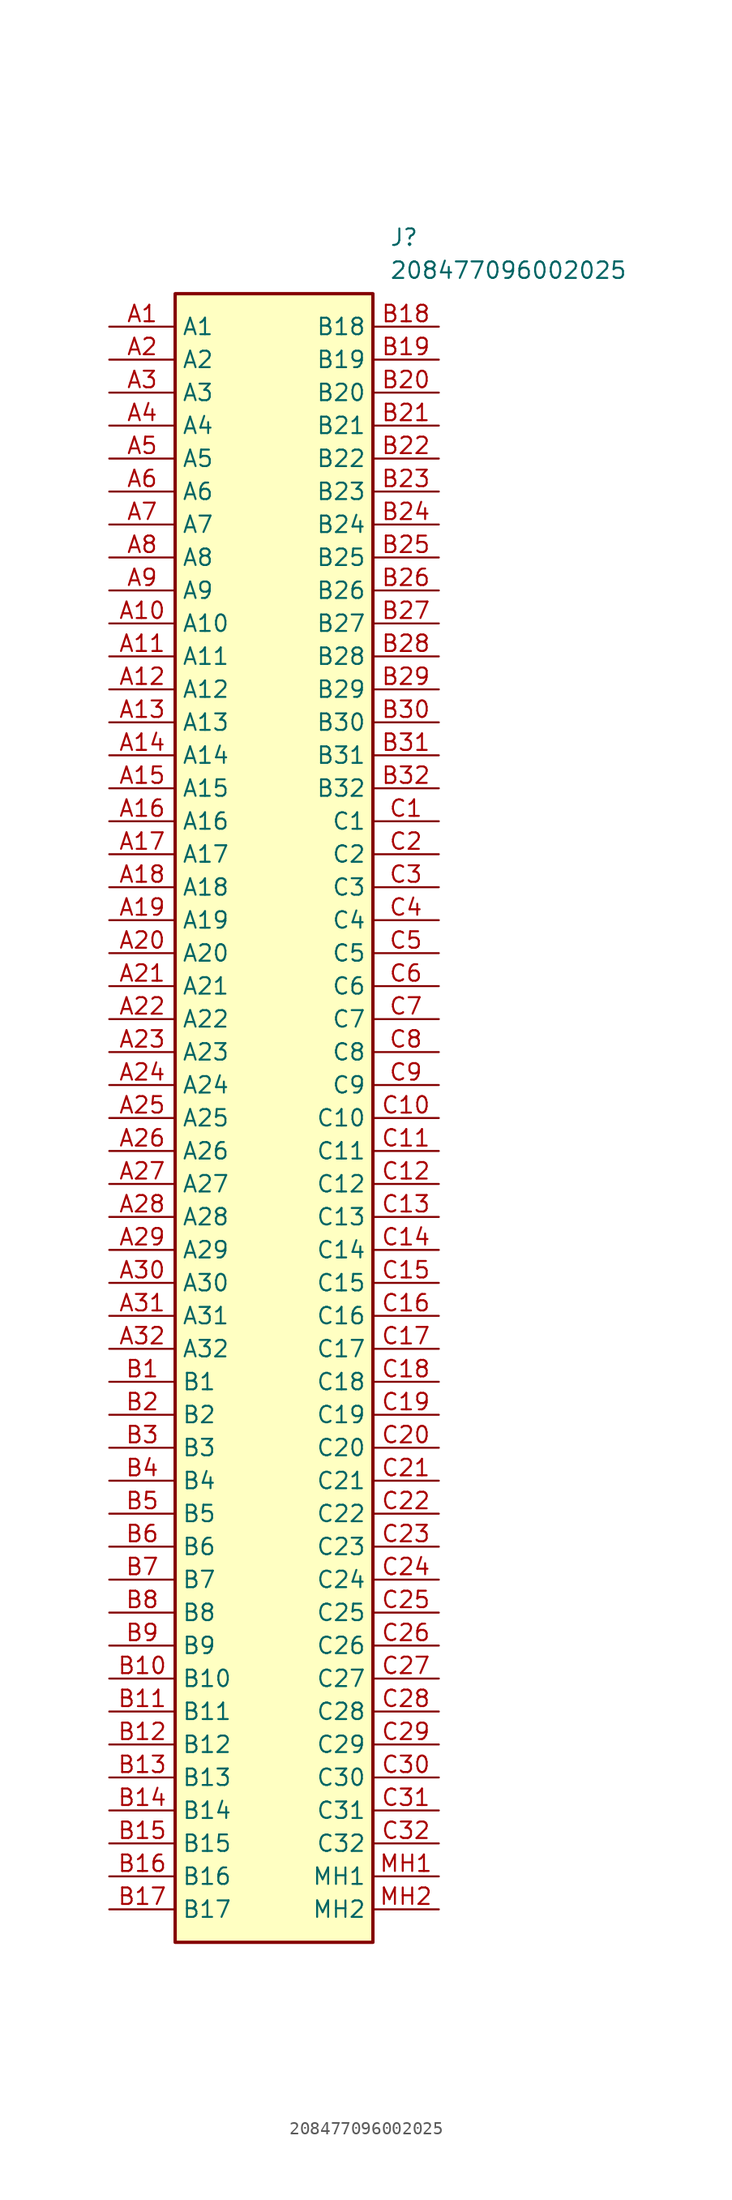
<source format=kicad_sym>
(kicad_symbol_lib
  (version 20211014)
  (generator SamacSys_ECAD_Model)
  (symbol "208477096002025"
    (property "Reference" "J"
      (at 21.59 7.62 0)
      (effects (font (size 1.27 1.27)) (justify left top)))
    (property "Value" "208477096002025"
      (at 21.59 5.08 0)
      (effects (font (size 1.27 1.27)) (justify left top)))
    (rectangle
      (start 5.08 2.54)
      (end 20.32 -124.46)
      (stroke (width 0.254) (type default))
      (fill (type background)))
    (pin passive line
      (at 0 0 0)
      (length 5.08)
      (name "A1" (effects (font (size 1.27 1.27))))
      (number "A1" (effects (font (size 1.27 1.27)))))
    (pin passive line
      (at 0 -2.54 0)
      (length 5.08)
      (name "A2" (effects (font (size 1.27 1.27))))
      (number "A2" (effects (font (size 1.27 1.27)))))
    (pin passive line
      (at 0 -5.08 0)
      (length 5.08)
      (name "A3" (effects (font (size 1.27 1.27))))
      (number "A3" (effects (font (size 1.27 1.27)))))
    (pin passive line
      (at 0 -7.62 0)
      (length 5.08)
      (name "A4" (effects (font (size 1.27 1.27))))
      (number "A4" (effects (font (size 1.27 1.27)))))
    (pin passive line
      (at 0 -10.16 0)
      (length 5.08)
      (name "A5" (effects (font (size 1.27 1.27))))
      (number "A5" (effects (font (size 1.27 1.27)))))
    (pin passive line
      (at 0 -12.7 0)
      (length 5.08)
      (name "A6" (effects (font (size 1.27 1.27))))
      (number "A6" (effects (font (size 1.27 1.27)))))
    (pin passive line
      (at 0 -15.24 0)
      (length 5.08)
      (name "A7" (effects (font (size 1.27 1.27))))
      (number "A7" (effects (font (size 1.27 1.27)))))
    (pin passive line
      (at 0 -17.78 0)
      (length 5.08)
      (name "A8" (effects (font (size 1.27 1.27))))
      (number "A8" (effects (font (size 1.27 1.27)))))
    (pin passive line
      (at 0 -20.32 0)
      (length 5.08)
      (name "A9" (effects (font (size 1.27 1.27))))
      (number "A9" (effects (font (size 1.27 1.27)))))
    (pin passive line
      (at 0 -22.86 0)
      (length 5.08)
      (name "A10" (effects (font (size 1.27 1.27))))
      (number "A10" (effects (font (size 1.27 1.27)))))
    (pin passive line
      (at 0 -25.4 0)
      (length 5.08)
      (name "A11" (effects (font (size 1.27 1.27))))
      (number "A11" (effects (font (size 1.27 1.27)))))
    (pin passive line
      (at 0 -27.94 0)
      (length 5.08)
      (name "A12" (effects (font (size 1.27 1.27))))
      (number "A12" (effects (font (size 1.27 1.27)))))
    (pin passive line
      (at 0 -30.48 0)
      (length 5.08)
      (name "A13" (effects (font (size 1.27 1.27))))
      (number "A13" (effects (font (size 1.27 1.27)))))
    (pin passive line
      (at 0 -33.02 0)
      (length 5.08)
      (name "A14" (effects (font (size 1.27 1.27))))
      (number "A14" (effects (font (size 1.27 1.27)))))
    (pin passive line
      (at 0 -35.56 0)
      (length 5.08)
      (name "A15" (effects (font (size 1.27 1.27))))
      (number "A15" (effects (font (size 1.27 1.27)))))
    (pin passive line
      (at 0 -38.1 0)
      (length 5.08)
      (name "A16" (effects (font (size 1.27 1.27))))
      (number "A16" (effects (font (size 1.27 1.27)))))
    (pin passive line
      (at 0 -40.64 0)
      (length 5.08)
      (name "A17" (effects (font (size 1.27 1.27))))
      (number "A17" (effects (font (size 1.27 1.27)))))
    (pin passive line
      (at 0 -43.18 0)
      (length 5.08)
      (name "A18" (effects (font (size 1.27 1.27))))
      (number "A18" (effects (font (size 1.27 1.27)))))
    (pin passive line
      (at 0 -45.72 0)
      (length 5.08)
      (name "A19" (effects (font (size 1.27 1.27))))
      (number "A19" (effects (font (size 1.27 1.27)))))
    (pin passive line
      (at 0 -48.26 0)
      (length 5.08)
      (name "A20" (effects (font (size 1.27 1.27))))
      (number "A20" (effects (font (size 1.27 1.27)))))
    (pin passive line
      (at 0 -50.8 0)
      (length 5.08)
      (name "A21" (effects (font (size 1.27 1.27))))
      (number "A21" (effects (font (size 1.27 1.27)))))
    (pin passive line
      (at 0 -53.34 0)
      (length 5.08)
      (name "A22" (effects (font (size 1.27 1.27))))
      (number "A22" (effects (font (size 1.27 1.27)))))
    (pin passive line
      (at 0 -55.88 0)
      (length 5.08)
      (name "A23" (effects (font (size 1.27 1.27))))
      (number "A23" (effects (font (size 1.27 1.27)))))
    (pin passive line
      (at 0 -58.42 0)
      (length 5.08)
      (name "A24" (effects (font (size 1.27 1.27))))
      (number "A24" (effects (font (size 1.27 1.27)))))
    (pin passive line
      (at 0 -60.96 0)
      (length 5.08)
      (name "A25" (effects (font (size 1.27 1.27))))
      (number "A25" (effects (font (size 1.27 1.27)))))
    (pin passive line
      (at 0 -63.5 0)
      (length 5.08)
      (name "A26" (effects (font (size 1.27 1.27))))
      (number "A26" (effects (font (size 1.27 1.27)))))
    (pin passive line
      (at 0 -66.04 0)
      (length 5.08)
      (name "A27" (effects (font (size 1.27 1.27))))
      (number "A27" (effects (font (size 1.27 1.27)))))
    (pin passive line
      (at 0 -68.58 0)
      (length 5.08)
      (name "A28" (effects (font (size 1.27 1.27))))
      (number "A28" (effects (font (size 1.27 1.27)))))
    (pin passive line
      (at 0 -71.12 0)
      (length 5.08)
      (name "A29" (effects (font (size 1.27 1.27))))
      (number "A29" (effects (font (size 1.27 1.27)))))
    (pin passive line
      (at 0 -73.66 0)
      (length 5.08)
      (name "A30" (effects (font (size 1.27 1.27))))
      (number "A30" (effects (font (size 1.27 1.27)))))
    (pin passive line
      (at 0 -76.2 0)
      (length 5.08)
      (name "A31" (effects (font (size 1.27 1.27))))
      (number "A31" (effects (font (size 1.27 1.27)))))
    (pin passive line
      (at 0 -78.74 0)
      (length 5.08)
      (name "A32" (effects (font (size 1.27 1.27))))
      (number "A32" (effects (font (size 1.27 1.27)))))
    (pin passive line
      (at 0 -81.28 0)
      (length 5.08)
      (name "B1" (effects (font (size 1.27 1.27))))
      (number "B1" (effects (font (size 1.27 1.27)))))
    (pin passive line
      (at 0 -83.82 0)
      (length 5.08)
      (name "B2" (effects (font (size 1.27 1.27))))
      (number "B2" (effects (font (size 1.27 1.27)))))
    (pin passive line
      (at 0 -86.36 0)
      (length 5.08)
      (name "B3" (effects (font (size 1.27 1.27))))
      (number "B3" (effects (font (size 1.27 1.27)))))
    (pin passive line
      (at 0 -88.9 0)
      (length 5.08)
      (name "B4" (effects (font (size 1.27 1.27))))
      (number "B4" (effects (font (size 1.27 1.27)))))
    (pin passive line
      (at 0 -91.44 0)
      (length 5.08)
      (name "B5" (effects (font (size 1.27 1.27))))
      (number "B5" (effects (font (size 1.27 1.27)))))
    (pin passive line
      (at 0 -93.98 0)
      (length 5.08)
      (name "B6" (effects (font (size 1.27 1.27))))
      (number "B6" (effects (font (size 1.27 1.27)))))
    (pin passive line
      (at 0 -96.52 0)
      (length 5.08)
      (name "B7" (effects (font (size 1.27 1.27))))
      (number "B7" (effects (font (size 1.27 1.27)))))
    (pin passive line
      (at 0 -99.06 0)
      (length 5.08)
      (name "B8" (effects (font (size 1.27 1.27))))
      (number "B8" (effects (font (size 1.27 1.27)))))
    (pin passive line
      (at 0 -101.6 0)
      (length 5.08)
      (name "B9" (effects (font (size 1.27 1.27))))
      (number "B9" (effects (font (size 1.27 1.27)))))
    (pin passive line
      (at 0 -104.14 0)
      (length 5.08)
      (name "B10" (effects (font (size 1.27 1.27))))
      (number "B10" (effects (font (size 1.27 1.27)))))
    (pin passive line
      (at 0 -106.68 0)
      (length 5.08)
      (name "B11" (effects (font (size 1.27 1.27))))
      (number "B11" (effects (font (size 1.27 1.27)))))
    (pin passive line
      (at 0 -109.22 0)
      (length 5.08)
      (name "B12" (effects (font (size 1.27 1.27))))
      (number "B12" (effects (font (size 1.27 1.27)))))
    (pin passive line
      (at 0 -111.76 0)
      (length 5.08)
      (name "B13" (effects (font (size 1.27 1.27))))
      (number "B13" (effects (font (size 1.27 1.27)))))
    (pin passive line
      (at 0 -114.3 0)
      (length 5.08)
      (name "B14" (effects (font (size 1.27 1.27))))
      (number "B14" (effects (font (size 1.27 1.27)))))
    (pin passive line
      (at 0 -116.84 0)
      (length 5.08)
      (name "B15" (effects (font (size 1.27 1.27))))
      (number "B15" (effects (font (size 1.27 1.27)))))
    (pin passive line
      (at 0 -119.38 0)
      (length 5.08)
      (name "B16" (effects (font (size 1.27 1.27))))
      (number "B16" (effects (font (size 1.27 1.27)))))
    (pin passive line
      (at 0 -121.92 0)
      (length 5.08)
      (name "B17" (effects (font (size 1.27 1.27))))
      (number "B17" (effects (font (size 1.27 1.27)))))
    (pin passive line
      (at 25.4 0 180)
      (length 5.08)
      (name "B18" (effects (font (size 1.27 1.27))))
      (number "B18" (effects (font (size 1.27 1.27)))))
    (pin passive line
      (at 25.4 -2.54 180)
      (length 5.08)
      (name "B19" (effects (font (size 1.27 1.27))))
      (number "B19" (effects (font (size 1.27 1.27)))))
    (pin passive line
      (at 25.4 -5.08 180)
      (length 5.08)
      (name "B20" (effects (font (size 1.27 1.27))))
      (number "B20" (effects (font (size 1.27 1.27)))))
    (pin passive line
      (at 25.4 -7.62 180)
      (length 5.08)
      (name "B21" (effects (font (size 1.27 1.27))))
      (number "B21" (effects (font (size 1.27 1.27)))))
    (pin passive line
      (at 25.4 -10.16 180)
      (length 5.08)
      (name "B22" (effects (font (size 1.27 1.27))))
      (number "B22" (effects (font (size 1.27 1.27)))))
    (pin passive line
      (at 25.4 -12.7 180)
      (length 5.08)
      (name "B23" (effects (font (size 1.27 1.27))))
      (number "B23" (effects (font (size 1.27 1.27)))))
    (pin passive line
      (at 25.4 -15.24 180)
      (length 5.08)
      (name "B24" (effects (font (size 1.27 1.27))))
      (number "B24" (effects (font (size 1.27 1.27)))))
    (pin passive line
      (at 25.4 -17.78 180)
      (length 5.08)
      (name "B25" (effects (font (size 1.27 1.27))))
      (number "B25" (effects (font (size 1.27 1.27)))))
    (pin passive line
      (at 25.4 -20.32 180)
      (length 5.08)
      (name "B26" (effects (font (size 1.27 1.27))))
      (number "B26" (effects (font (size 1.27 1.27)))))
    (pin passive line
      (at 25.4 -22.86 180)
      (length 5.08)
      (name "B27" (effects (font (size 1.27 1.27))))
      (number "B27" (effects (font (size 1.27 1.27)))))
    (pin passive line
      (at 25.4 -25.4 180)
      (length 5.08)
      (name "B28" (effects (font (size 1.27 1.27))))
      (number "B28" (effects (font (size 1.27 1.27)))))
    (pin passive line
      (at 25.4 -27.94 180)
      (length 5.08)
      (name "B29" (effects (font (size 1.27 1.27))))
      (number "B29" (effects (font (size 1.27 1.27)))))
    (pin passive line
      (at 25.4 -30.48 180)
      (length 5.08)
      (name "B30" (effects (font (size 1.27 1.27))))
      (number "B30" (effects (font (size 1.27 1.27)))))
    (pin passive line
      (at 25.4 -33.02 180)
      (length 5.08)
      (name "B31" (effects (font (size 1.27 1.27))))
      (number "B31" (effects (font (size 1.27 1.27)))))
    (pin passive line
      (at 25.4 -35.56 180)
      (length 5.08)
      (name "B32" (effects (font (size 1.27 1.27))))
      (number "B32" (effects (font (size 1.27 1.27)))))
    (pin passive line
      (at 25.4 -38.1 180)
      (length 5.08)
      (name "C1" (effects (font (size 1.27 1.27))))
      (number "C1" (effects (font (size 1.27 1.27)))))
    (pin passive line
      (at 25.4 -40.64 180)
      (length 5.08)
      (name "C2" (effects (font (size 1.27 1.27))))
      (number "C2" (effects (font (size 1.27 1.27)))))
    (pin passive line
      (at 25.4 -43.18 180)
      (length 5.08)
      (name "C3" (effects (font (size 1.27 1.27))))
      (number "C3" (effects (font (size 1.27 1.27)))))
    (pin passive line
      (at 25.4 -45.72 180)
      (length 5.08)
      (name "C4" (effects (font (size 1.27 1.27))))
      (number "C4" (effects (font (size 1.27 1.27)))))
    (pin passive line
      (at 25.4 -48.26 180)
      (length 5.08)
      (name "C5" (effects (font (size 1.27 1.27))))
      (number "C5" (effects (font (size 1.27 1.27)))))
    (pin passive line
      (at 25.4 -50.8 180)
      (length 5.08)
      (name "C6" (effects (font (size 1.27 1.27))))
      (number "C6" (effects (font (size 1.27 1.27)))))
    (pin passive line
      (at 25.4 -53.34 180)
      (length 5.08)
      (name "C7" (effects (font (size 1.27 1.27))))
      (number "C7" (effects (font (size 1.27 1.27)))))
    (pin passive line
      (at 25.4 -55.88 180)
      (length 5.08)
      (name "C8" (effects (font (size 1.27 1.27))))
      (number "C8" (effects (font (size 1.27 1.27)))))
    (pin passive line
      (at 25.4 -58.42 180)
      (length 5.08)
      (name "C9" (effects (font (size 1.27 1.27))))
      (number "C9" (effects (font (size 1.27 1.27)))))
    (pin passive line
      (at 25.4 -60.96 180)
      (length 5.08)
      (name "C10" (effects (font (size 1.27 1.27))))
      (number "C10" (effects (font (size 1.27 1.27)))))
    (pin passive line
      (at 25.4 -63.5 180)
      (length 5.08)
      (name "C11" (effects (font (size 1.27 1.27))))
      (number "C11" (effects (font (size 1.27 1.27)))))
    (pin passive line
      (at 25.4 -66.04 180)
      (length 5.08)
      (name "C12" (effects (font (size 1.27 1.27))))
      (number "C12" (effects (font (size 1.27 1.27)))))
    (pin passive line
      (at 25.4 -68.58 180)
      (length 5.08)
      (name "C13" (effects (font (size 1.27 1.27))))
      (number "C13" (effects (font (size 1.27 1.27)))))
    (pin passive line
      (at 25.4 -71.12 180)
      (length 5.08)
      (name "C14" (effects (font (size 1.27 1.27))))
      (number "C14" (effects (font (size 1.27 1.27)))))
    (pin passive line
      (at 25.4 -73.66 180)
      (length 5.08)
      (name "C15" (effects (font (size 1.27 1.27))))
      (number "C15" (effects (font (size 1.27 1.27)))))
    (pin passive line
      (at 25.4 -76.2 180)
      (length 5.08)
      (name "C16" (effects (font (size 1.27 1.27))))
      (number "C16" (effects (font (size 1.27 1.27)))))
    (pin passive line
      (at 25.4 -78.74 180)
      (length 5.08)
      (name "C17" (effects (font (size 1.27 1.27))))
      (number "C17" (effects (font (size 1.27 1.27)))))
    (pin passive line
      (at 25.4 -81.28 180)
      (length 5.08)
      (name "C18" (effects (font (size 1.27 1.27))))
      (number "C18" (effects (font (size 1.27 1.27)))))
    (pin passive line
      (at 25.4 -83.82 180)
      (length 5.08)
      (name "C19" (effects (font (size 1.27 1.27))))
      (number "C19" (effects (font (size 1.27 1.27)))))
    (pin passive line
      (at 25.4 -86.36 180)
      (length 5.08)
      (name "C20" (effects (font (size 1.27 1.27))))
      (number "C20" (effects (font (size 1.27 1.27)))))
    (pin passive line
      (at 25.4 -88.9 180)
      (length 5.08)
      (name "C21" (effects (font (size 1.27 1.27))))
      (number "C21" (effects (font (size 1.27 1.27)))))
    (pin passive line
      (at 25.4 -91.44 180)
      (length 5.08)
      (name "C22" (effects (font (size 1.27 1.27))))
      (number "C22" (effects (font (size 1.27 1.27)))))
    (pin passive line
      (at 25.4 -93.98 180)
      (length 5.08)
      (name "C23" (effects (font (size 1.27 1.27))))
      (number "C23" (effects (font (size 1.27 1.27)))))
    (pin passive line
      (at 25.4 -96.52 180)
      (length 5.08)
      (name "C24" (effects (font (size 1.27 1.27))))
      (number "C24" (effects (font (size 1.27 1.27)))))
    (pin passive line
      (at 25.4 -99.06 180)
      (length 5.08)
      (name "C25" (effects (font (size 1.27 1.27))))
      (number "C25" (effects (font (size 1.27 1.27)))))
    (pin passive line
      (at 25.4 -101.6 180)
      (length 5.08)
      (name "C26" (effects (font (size 1.27 1.27))))
      (number "C26" (effects (font (size 1.27 1.27)))))
    (pin passive line
      (at 25.4 -104.14 180)
      (length 5.08)
      (name "C27" (effects (font (size 1.27 1.27))))
      (number "C27" (effects (font (size 1.27 1.27)))))
    (pin passive line
      (at 25.4 -106.68 180)
      (length 5.08)
      (name "C28" (effects (font (size 1.27 1.27))))
      (number "C28" (effects (font (size 1.27 1.27)))))
    (pin passive line
      (at 25.4 -109.22 180)
      (length 5.08)
      (name "C29" (effects (font (size 1.27 1.27))))
      (number "C29" (effects (font (size 1.27 1.27)))))
    (pin passive line
      (at 25.4 -111.76 180)
      (length 5.08)
      (name "C30" (effects (font (size 1.27 1.27))))
      (number "C30" (effects (font (size 1.27 1.27)))))
    (pin passive line
      (at 25.4 -114.3 180)
      (length 5.08)
      (name "C31" (effects (font (size 1.27 1.27))))
      (number "C31" (effects (font (size 1.27 1.27)))))
    (pin passive line
      (at 25.4 -116.84 180)
      (length 5.08)
      (name "C32" (effects (font (size 1.27 1.27))))
      (number "C32" (effects (font (size 1.27 1.27)))))
    (pin passive line
      (at 25.4 -119.38 180)
      (length 5.08)
      (name "MH1" (effects (font (size 1.27 1.27))))
      (number "MH1" (effects (font (size 1.27 1.27)))))
    (pin passive line
      (at 25.4 -121.92 180)
      (length 5.08)
      (name "MH2" (effects (font (size 1.27 1.27))))
      (number "MH2" (effects (font (size 1.27 1.27)))))))
</source>
